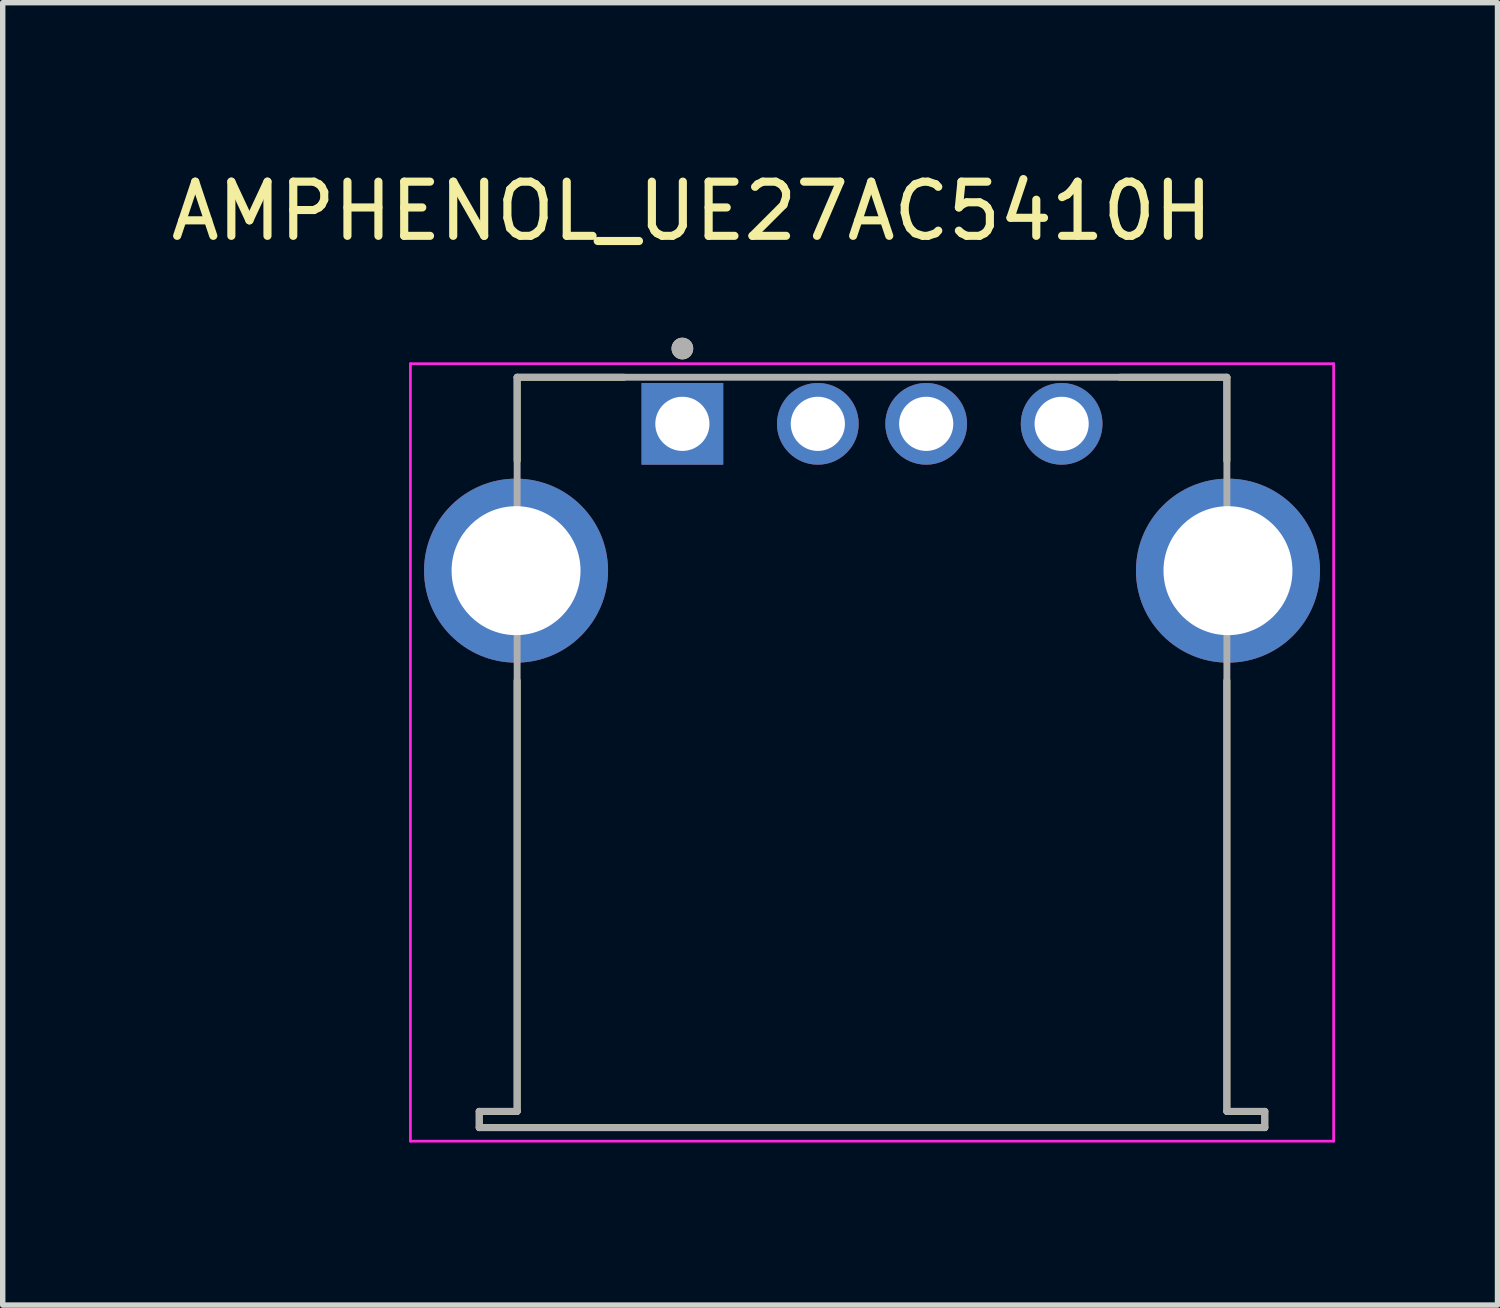
<source format=kicad_pcb>
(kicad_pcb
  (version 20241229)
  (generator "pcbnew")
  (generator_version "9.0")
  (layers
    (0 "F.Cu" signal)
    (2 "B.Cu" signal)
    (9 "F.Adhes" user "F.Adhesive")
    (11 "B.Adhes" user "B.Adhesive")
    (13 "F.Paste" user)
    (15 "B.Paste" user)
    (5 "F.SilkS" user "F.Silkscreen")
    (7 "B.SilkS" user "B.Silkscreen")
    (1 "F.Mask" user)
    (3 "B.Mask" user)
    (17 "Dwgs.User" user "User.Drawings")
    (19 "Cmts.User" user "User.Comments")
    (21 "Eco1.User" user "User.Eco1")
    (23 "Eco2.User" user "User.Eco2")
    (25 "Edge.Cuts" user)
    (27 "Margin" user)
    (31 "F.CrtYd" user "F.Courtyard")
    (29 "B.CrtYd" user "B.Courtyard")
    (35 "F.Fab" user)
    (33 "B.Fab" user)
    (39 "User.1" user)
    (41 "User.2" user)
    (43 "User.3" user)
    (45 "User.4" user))
  (footprint "AMPHENOL_UE27AC5410H"
    (layer "F.Cu")
    (at 13.045 7.483)
    (property "Reference" "AMPHENOL_UE27AC5410H" (at -3.325 -6.635 0) (layer "F.SilkS") (effects (font (size 1 1) (thickness 0.15))))
    (attr through_hole)
    (fp_line (start -7.25 9.98) (end -6.55 9.98) (stroke (width 0.127) (type solid)) (layer "F.SilkS"))
    (fp_line (start -7.25 10.28) (end -7.25 9.98) (stroke (width 0.127) (type solid)) (layer "F.SilkS"))
    (fp_line (start -6.55 -3.57) (end -4.58 -3.57) (stroke (width 0.127) (type solid)) (layer "F.SilkS"))
    (fp_line (start -6.55 -2.03) (end -6.55 -3.57) (stroke (width 0.127) (type solid)) (layer "F.SilkS"))
    (fp_line (start -6.55 2.03) (end -6.55 9.98) (stroke (width 0.127) (type solid)) (layer "F.SilkS"))
    (fp_line (start 4.58 -3.57) (end 6.55 -3.57) (stroke (width 0.127) (type solid)) (layer "F.SilkS"))
    (fp_line (start 6.55 -3.57) (end 6.55 -2.03) (stroke (width 0.127) (type solid)) (layer "F.SilkS"))
    (fp_line (start 6.55 9.98) (end 6.55 2.03) (stroke (width 0.127) (type solid)) (layer "F.SilkS"))
    (fp_line (start 6.55 9.98) (end 7.25 9.98) (stroke (width 0.127) (type solid)) (layer "F.SilkS"))
    (fp_line (start 7.25 9.98) (end 7.25 10.28) (stroke (width 0.127) (type solid)) (layer "F.SilkS"))
    (fp_line (start 7.25 10.28) (end -7.25 10.28) (stroke (width 0.127) (type solid)) (layer "F.SilkS"))
    (fp_circle (center -3.5 -4.1) (end -3.4 -4.1) (stroke (width 0.2) (type solid)) (fill no) (layer "F.SilkS"))
    (fp_line (start -8.52 -3.82) (end -8.52 10.53) (stroke (width 0.05) (type solid)) (layer "F.CrtYd"))
    (fp_line (start -8.52 10.53) (end 8.52 10.53) (stroke (width 0.05) (type solid)) (layer "F.CrtYd"))
    (fp_line (start 8.52 -3.82) (end -8.52 -3.82) (stroke (width 0.05) (type solid)) (layer "F.CrtYd"))
    (fp_line (start 8.52 10.53) (end 8.52 -3.82) (stroke (width 0.05) (type solid)) (layer "F.CrtYd"))
    (fp_line (start -7.25 9.98) (end -6.55 9.98) (stroke (width 0.127) (type solid)) (layer "F.Fab"))
    (fp_line (start -7.25 10.28) (end -7.25 9.98) (stroke (width 0.127) (type solid)) (layer "F.Fab"))
    (fp_line (start -6.55 -3.57) (end 6.55 -3.57) (stroke (width 0.127) (type solid)) (layer "F.Fab"))
    (fp_line (start -6.55 9.98) (end -6.55 -3.57) (stroke (width 0.127) (type solid)) (layer "F.Fab"))
    (fp_line (start 6.55 -3.57) (end 6.55 9.98) (stroke (width 0.127) (type solid)) (layer "F.Fab"))
    (fp_line (start 6.55 9.98) (end 7.25 9.98) (stroke (width 0.127) (type solid)) (layer "F.Fab"))
    (fp_line (start 7.25 9.98) (end 7.25 10.28) (stroke (width 0.127) (type solid)) (layer "F.Fab"))
    (fp_line (start 7.25 10.28) (end -7.25 10.28) (stroke (width 0.127) (type solid)) (layer "F.Fab"))
    (fp_circle (center -3.5 -4.1) (end -3.4 -4.1) (stroke (width 0.2) (type solid)) (fill no) (layer "F.Fab"))
    (pad "1" thru_hole rect (at -3.5 -2.71) (size 1.508 1.508) (drill 1) (layers "*.Cu" "*.Mask"))
    (pad "2" thru_hole circle (at -1 -2.71) (size 1.508 1.508) (drill 1) (layers "*.Cu" "*.Mask"))
    (pad "3" thru_hole circle (at 1 -2.71) (size 1.508 1.508) (drill 1) (layers "*.Cu" "*.Mask"))
    (pad "4" thru_hole circle (at 3.5 -2.71) (size 1.508 1.508) (drill 1) (layers "*.Cu" "*.Mask"))
    (pad "SH1" thru_hole circle (at -6.57 0) (size 3.396 3.396) (drill 2.38) (layers "*.Cu" "*.Mask"))
    (pad "SH2" thru_hole circle (at 6.57 0) (size 3.396 3.396) (drill 2.38) (layers "*.Cu" "*.Mask")))
  (gr_rect
    (start -3 -3)
    (end 24.59 21.038)
    (stroke (width 0.1) (type default))
    (fill no)
    (layer "Edge.Cuts")))
</source>
